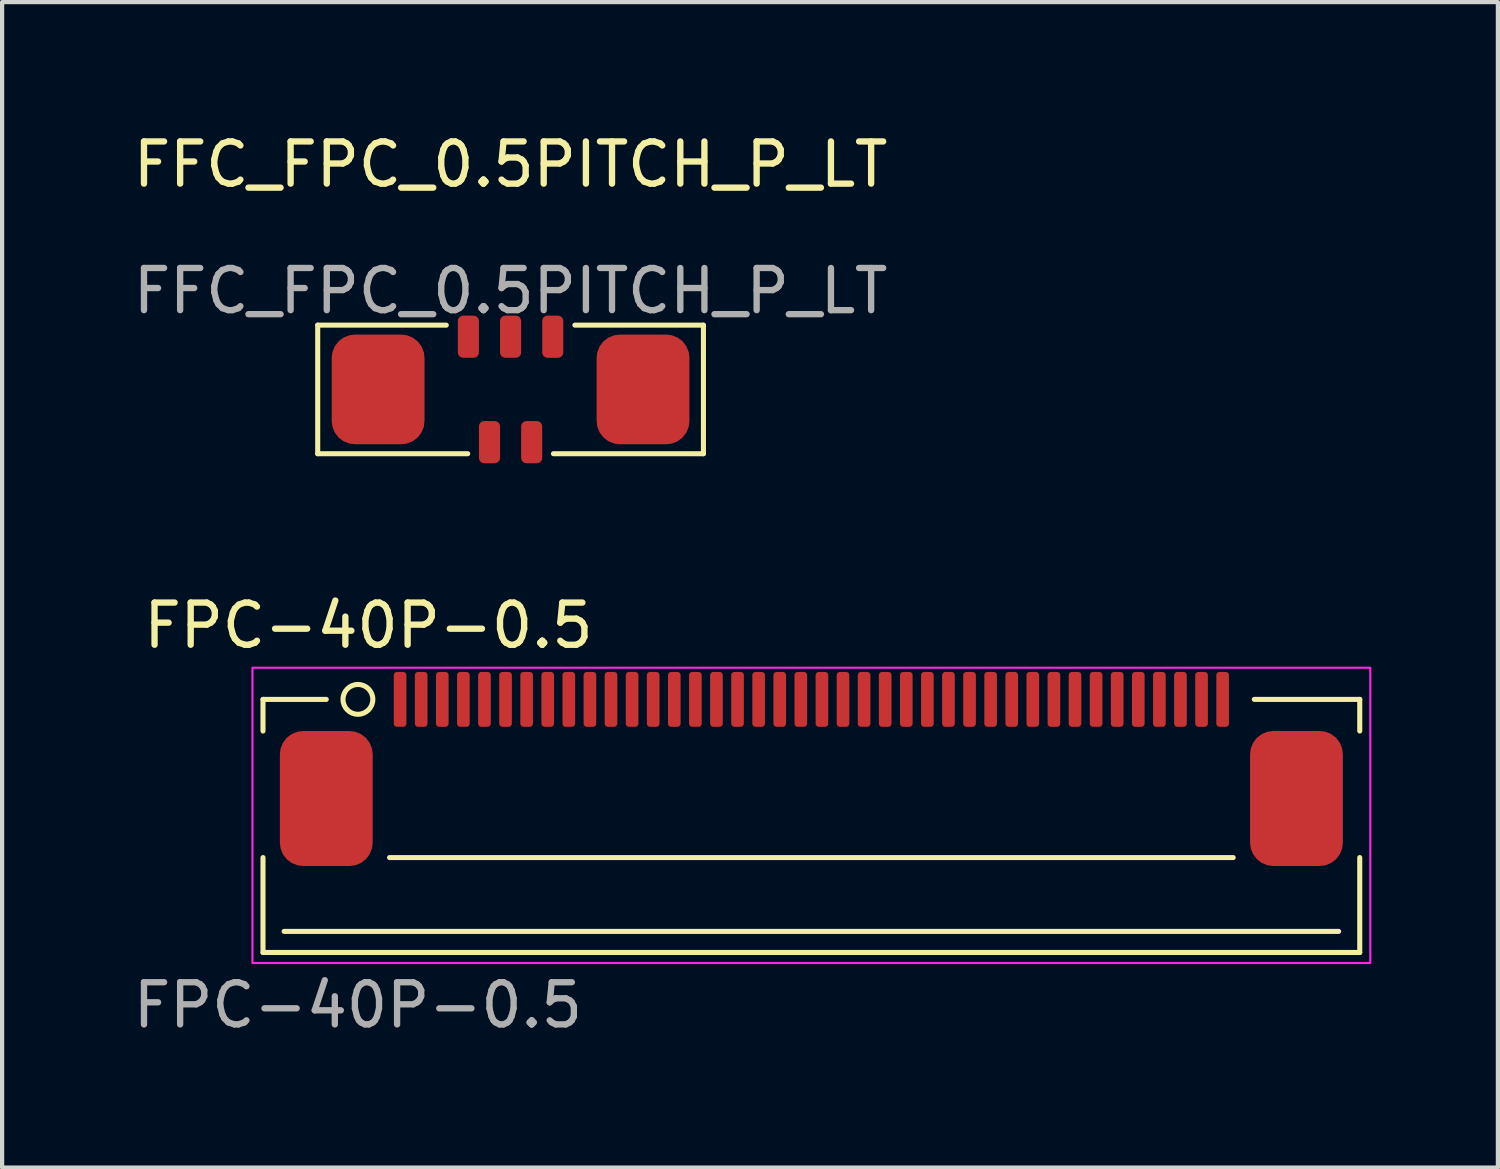
<source format=kicad_pcb>
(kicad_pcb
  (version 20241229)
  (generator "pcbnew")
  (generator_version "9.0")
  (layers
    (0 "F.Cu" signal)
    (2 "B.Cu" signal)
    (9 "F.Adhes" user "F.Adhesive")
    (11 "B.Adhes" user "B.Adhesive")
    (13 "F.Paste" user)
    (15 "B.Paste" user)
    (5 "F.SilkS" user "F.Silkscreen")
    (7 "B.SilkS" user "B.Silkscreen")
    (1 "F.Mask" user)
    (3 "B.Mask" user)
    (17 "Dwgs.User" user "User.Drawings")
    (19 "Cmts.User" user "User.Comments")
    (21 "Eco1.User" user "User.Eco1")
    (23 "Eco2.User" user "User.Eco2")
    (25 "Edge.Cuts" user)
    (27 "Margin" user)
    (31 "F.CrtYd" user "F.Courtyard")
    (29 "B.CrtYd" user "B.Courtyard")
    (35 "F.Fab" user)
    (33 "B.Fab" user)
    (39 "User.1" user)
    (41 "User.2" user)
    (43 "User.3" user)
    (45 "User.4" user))
  (footprint "FFC_FPC_0.5PITCH_P_LT"
    (layer "F.Cu")
    (at 9.054 6.182)
    (property "Reference" "FFC_FPC_0.5PITCH_P_LT" (at 0 -5.334 0) (unlocked yes) (layer "F.SilkS") (effects (font (size 1 1) (thickness 0.15))))
    (attr smd)
    (fp_line (start -4.572 -1.524) (end -4.572 1.524) (stroke (width 0.12) (type solid)) (layer "F.SilkS"))
    (fp_line (start -4.572 1.524) (end -1.016 1.524) (stroke (width 0.12) (type solid)) (layer "F.SilkS"))
    (fp_line (start -1.524 -1.524) (end -4.572 -1.524) (stroke (width 0.12) (type solid)) (layer "F.SilkS"))
    (fp_line (start 1.016 1.524) (end 4.572 1.524) (stroke (width 0.12) (type solid)) (layer "F.SilkS"))
    (fp_line (start 4.572 -1.524) (end 1.524 -1.524) (stroke (width 0.12) (type solid)) (layer "F.SilkS"))
    (fp_line (start 4.572 1.524) (end 4.572 -1.524) (stroke (width 0.12) (type solid)) (layer "F.SilkS"))
    (fp_text user "${REFERENCE}" (at 0 -2.334 0) (unlocked yes) (layer "F.Fab") (effects (font (size 1 1) (thickness 0.15))))
    (pad "0" smd roundrect (at -3.14 0) (size 2.2 2.6) (layers "F.Cu" "F.Mask" "F.Paste") (roundrect_rratio 0.25))
    (pad "0" smd roundrect (at 3.14 0) (size 2.2 2.6) (layers "F.Cu" "F.Mask" "F.Paste") (roundrect_rratio 0.25))
    (pad "1" smd roundrect (at -1 -1.25) (size 0.5 1) (layers "F.Cu" "F.Mask" "F.Paste") (roundrect_rratio 0.25))
    (pad "2" smd roundrect (at -0.5 1.25) (size 0.5 1) (layers "F.Cu" "F.Mask" "F.Paste") (roundrect_rratio 0.25))
    (pad "3" smd roundrect (at 0 -1.25) (size 0.5 1) (layers "F.Cu" "F.Mask" "F.Paste") (roundrect_rratio 0.25))
    (pad "4" smd roundrect (at 0.5 1.25) (size 0.5 1) (layers "F.Cu" "F.Mask" "F.Paste") (roundrect_rratio 0.25))
    (pad "5" smd roundrect (at 1 -1.25) (size 0.5 1) (layers "F.Cu" "F.Mask" "F.Paste") (roundrect_rratio 0.25)))
  (footprint "FPC-40P-0.5"
    (layer "F.Cu")
    (at 16.185 13.53)
    (property "Reference" "FPC-40P-0.5" (at -10.5 -1.75 0) (unlocked yes) (layer "F.SilkS") (effects (font (size 1 1) (thickness 0.15))))
    (attr smd)
    (fp_line (start -13 0) (end -11.5 0) (stroke (width 0.12) (type solid)) (layer "F.SilkS"))
    (fp_line (start -13 0.75) (end -13 0) (stroke (width 0.12) (type solid)) (layer "F.SilkS"))
    (fp_line (start -13 3.75) (end -13 6) (stroke (width 0.12) (type solid)) (layer "F.SilkS"))
    (fp_line (start -13 6) (end 13 6) (stroke (width 0.12) (type solid)) (layer "F.SilkS"))
    (fp_line (start -12.5 5.5) (end 12.5 5.5) (stroke (width 0.12) (type solid)) (layer "F.SilkS"))
    (fp_line (start -10 3.75) (end 10 3.75) (stroke (width 0.12) (type solid)) (layer "F.SilkS"))
    (fp_line (start 10.5 0) (end 13 0) (stroke (width 0.12) (type solid)) (layer "F.SilkS"))
    (fp_line (start 13 0) (end 13 0.75) (stroke (width 0.12) (type solid)) (layer "F.SilkS"))
    (fp_line (start 13 6) (end 13 3.75) (stroke (width 0.12) (type solid)) (layer "F.SilkS"))
    (fp_circle (center -10.75 0) (end -10.5 0.25) (stroke (width 0.12) (type solid)) (fill no) (layer "F.SilkS"))
    (fp_rect (start -13.25 -0.75) (end 13.25 6.25) (stroke (width 0.05) (type solid)) (fill no) (layer "F.CrtYd"))
    (fp_text user "${REFERENCE}" (at -10.75 7.25 0) (unlocked yes) (layer "F.Fab") (effects (font (size 1 1) (thickness 0.15))))
    (pad "1" smd roundrect (at -9.75 0) (size 0.3 1.3) (layers "F.Cu" "F.Mask" "F.Paste") (roundrect_rratio 0.25))
    (pad "2" smd roundrect (at -9.25 0) (size 0.3 1.3) (layers "F.Cu" "F.Mask" "F.Paste") (roundrect_rratio 0.25))
    (pad "3" smd roundrect (at -8.75 0) (size 0.3 1.3) (layers "F.Cu" "F.Mask" "F.Paste") (roundrect_rratio 0.25))
    (pad "4" smd roundrect (at -8.25 0) (size 0.3 1.3) (layers "F.Cu" "F.Mask" "F.Paste") (roundrect_rratio 0.25))
    (pad "5" smd roundrect (at -7.75 0) (size 0.3 1.3) (layers "F.Cu" "F.Mask" "F.Paste") (roundrect_rratio 0.25))
    (pad "6" smd roundrect (at -7.25 0) (size 0.3 1.3) (layers "F.Cu" "F.Mask" "F.Paste") (roundrect_rratio 0.25))
    (pad "7" smd roundrect (at -6.75 0) (size 0.3 1.3) (layers "F.Cu" "F.Mask" "F.Paste") (roundrect_rratio 0.25))
    (pad "8" smd roundrect (at -6.25 0) (size 0.3 1.3) (layers "F.Cu" "F.Mask" "F.Paste") (roundrect_rratio 0.25))
    (pad "9" smd roundrect (at -5.75 0) (size 0.3 1.3) (layers "F.Cu" "F.Mask" "F.Paste") (roundrect_rratio 0.25))
    (pad "10" smd roundrect (at -5.25 0) (size 0.3 1.3) (layers "F.Cu" "F.Mask" "F.Paste") (roundrect_rratio 0.25))
    (pad "11" smd roundrect (at -4.75 0) (size 0.3 1.3) (layers "F.Cu" "F.Mask" "F.Paste") (roundrect_rratio 0.25))
    (pad "12" smd roundrect (at -4.25 0) (size 0.3 1.3) (layers "F.Cu" "F.Mask" "F.Paste") (roundrect_rratio 0.25))
    (pad "13" smd roundrect (at -3.75 0) (size 0.3 1.3) (layers "F.Cu" "F.Mask" "F.Paste") (roundrect_rratio 0.25))
    (pad "14" smd roundrect (at -3.25 0) (size 0.3 1.3) (layers "F.Cu" "F.Mask" "F.Paste") (roundrect_rratio 0.25))
    (pad "15" smd roundrect (at -2.75 0) (size 0.3 1.3) (layers "F.Cu" "F.Mask" "F.Paste") (roundrect_rratio 0.25))
    (pad "16" smd roundrect (at -2.25 0) (size 0.3 1.3) (layers "F.Cu" "F.Mask" "F.Paste") (roundrect_rratio 0.25))
    (pad "17" smd roundrect (at -1.75 0) (size 0.3 1.3) (layers "F.Cu" "F.Mask" "F.Paste") (roundrect_rratio 0.25))
    (pad "18" smd roundrect (at -1.25 0) (size 0.3 1.3) (layers "F.Cu" "F.Mask" "F.Paste") (roundrect_rratio 0.25))
    (pad "19" smd roundrect (at -0.75 0) (size 0.3 1.3) (layers "F.Cu" "F.Mask" "F.Paste") (roundrect_rratio 0.25))
    (pad "20" smd roundrect (at -0.25 0) (size 0.3 1.3) (layers "F.Cu" "F.Mask" "F.Paste") (roundrect_rratio 0.25))
    (pad "21" smd roundrect (at 0.25 0) (size 0.3 1.3) (layers "F.Cu" "F.Mask" "F.Paste") (roundrect_rratio 0.25))
    (pad "22" smd roundrect (at 0.75 0) (size 0.3 1.3) (layers "F.Cu" "F.Mask" "F.Paste") (roundrect_rratio 0.25))
    (pad "23" smd roundrect (at 1.25 0) (size 0.3 1.3) (layers "F.Cu" "F.Mask" "F.Paste") (roundrect_rratio 0.25))
    (pad "24" smd roundrect (at 1.75 0) (size 0.3 1.3) (layers "F.Cu" "F.Mask" "F.Paste") (roundrect_rratio 0.25))
    (pad "25" smd roundrect (at 2.25 0) (size 0.3 1.3) (layers "F.Cu" "F.Mask" "F.Paste") (roundrect_rratio 0.25))
    (pad "26" smd roundrect (at 2.75 0) (size 0.3 1.3) (layers "F.Cu" "F.Mask" "F.Paste") (roundrect_rratio 0.25))
    (pad "27" smd roundrect (at 3.25 0) (size 0.3 1.3) (layers "F.Cu" "F.Mask" "F.Paste") (roundrect_rratio 0.25))
    (pad "28" smd roundrect (at 3.75 0) (size 0.3 1.3) (layers "F.Cu" "F.Mask" "F.Paste") (roundrect_rratio 0.25))
    (pad "29" smd roundrect (at 4.25 0) (size 0.3 1.3) (layers "F.Cu" "F.Mask" "F.Paste") (roundrect_rratio 0.25))
    (pad "30" smd roundrect (at 4.75 0) (size 0.3 1.3) (layers "F.Cu" "F.Mask" "F.Paste") (roundrect_rratio 0.25))
    (pad "31" smd roundrect (at 5.25 0) (size 0.3 1.3) (layers "F.Cu" "F.Mask" "F.Paste") (roundrect_rratio 0.25))
    (pad "32" smd roundrect (at 5.75 0) (size 0.3 1.3) (layers "F.Cu" "F.Mask" "F.Paste") (roundrect_rratio 0.25))
    (pad "33" smd roundrect (at 6.25 0) (size 0.3 1.3) (layers "F.Cu" "F.Mask" "F.Paste") (roundrect_rratio 0.25))
    (pad "34" smd roundrect (at 6.75 0) (size 0.3 1.3) (layers "F.Cu" "F.Mask" "F.Paste") (roundrect_rratio 0.25))
    (pad "35" smd roundrect (at 7.25 0) (size 0.3 1.3) (layers "F.Cu" "F.Mask" "F.Paste") (roundrect_rratio 0.25))
    (pad "36" smd roundrect (at 7.75 0) (size 0.3 1.3) (layers "F.Cu" "F.Mask" "F.Paste") (roundrect_rratio 0.25))
    (pad "37" smd roundrect (at 8.25 0) (size 0.3 1.3) (layers "F.Cu" "F.Mask" "F.Paste") (roundrect_rratio 0.25))
    (pad "38" smd roundrect (at 8.75 0) (size 0.3 1.3) (layers "F.Cu" "F.Mask" "F.Paste") (roundrect_rratio 0.25))
    (pad "39" smd roundrect (at 9.25 0) (size 0.3 1.3) (layers "F.Cu" "F.Mask" "F.Paste") (roundrect_rratio 0.25))
    (pad "40" smd roundrect (at 9.75 0) (size 0.3 1.3) (layers "F.Cu" "F.Mask" "F.Paste") (roundrect_rratio 0.25))
    (pad "41" smd roundrect (at -11.5 2.35) (size 2.2 3.2) (layers "F.Cu" "F.Mask" "F.Paste") (roundrect_rratio 0.25))
    (pad "42" smd roundrect (at 11.5 2.35) (size 2.2 3.2) (layers "F.Cu" "F.Mask" "F.Paste") (roundrect_rratio 0.25)))
  (gr_rect
    (start -3 -3)
    (end 32.46 24.629)
    (stroke (width 0.1) (type default))
    (fill no)
    (layer "Edge.Cuts")))
</source>
